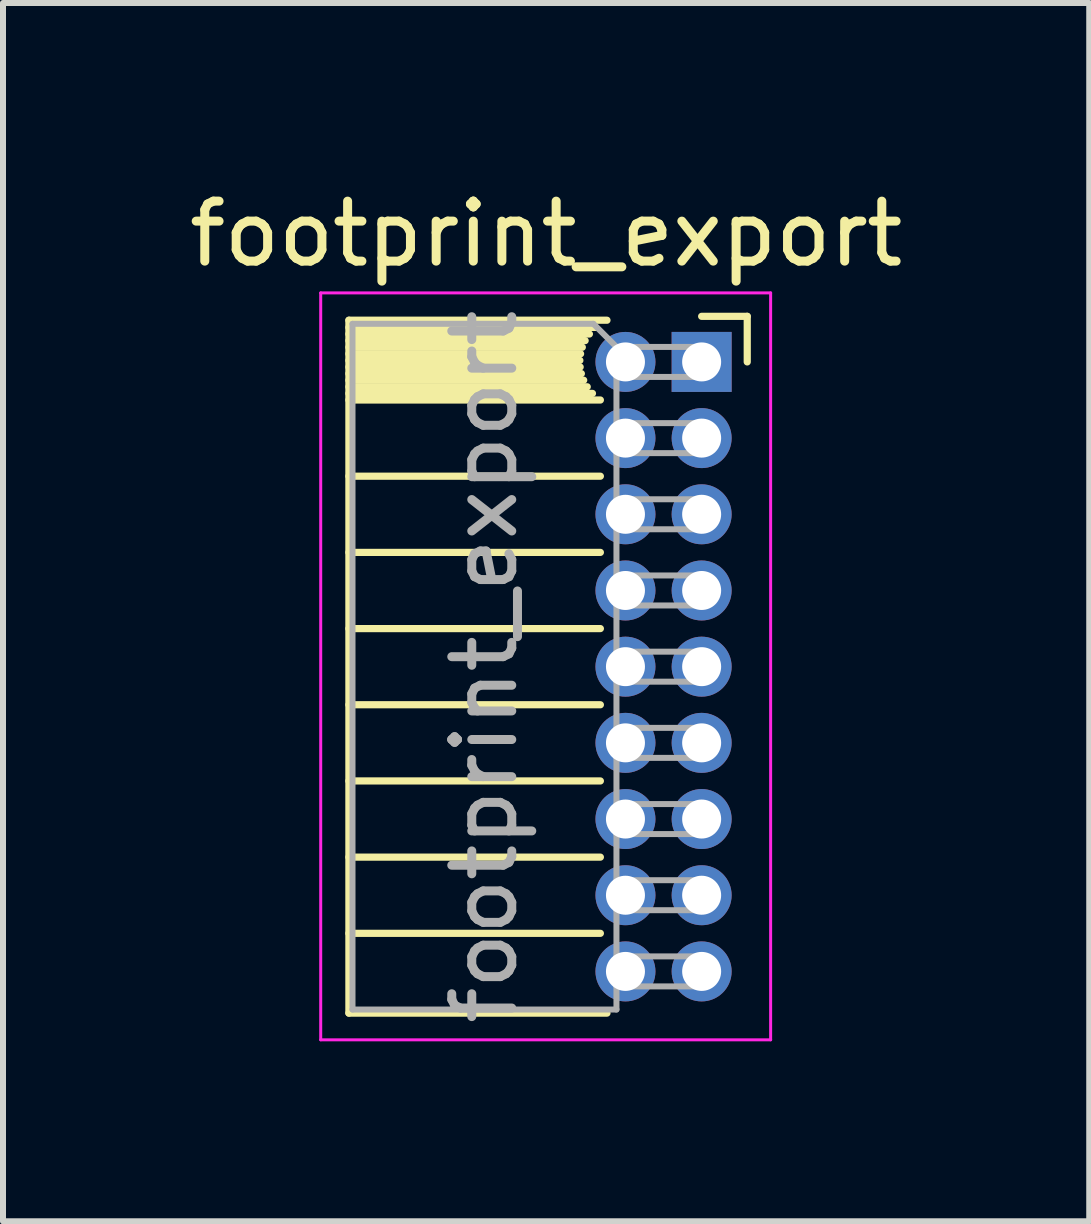
<source format=kicad_pcb>
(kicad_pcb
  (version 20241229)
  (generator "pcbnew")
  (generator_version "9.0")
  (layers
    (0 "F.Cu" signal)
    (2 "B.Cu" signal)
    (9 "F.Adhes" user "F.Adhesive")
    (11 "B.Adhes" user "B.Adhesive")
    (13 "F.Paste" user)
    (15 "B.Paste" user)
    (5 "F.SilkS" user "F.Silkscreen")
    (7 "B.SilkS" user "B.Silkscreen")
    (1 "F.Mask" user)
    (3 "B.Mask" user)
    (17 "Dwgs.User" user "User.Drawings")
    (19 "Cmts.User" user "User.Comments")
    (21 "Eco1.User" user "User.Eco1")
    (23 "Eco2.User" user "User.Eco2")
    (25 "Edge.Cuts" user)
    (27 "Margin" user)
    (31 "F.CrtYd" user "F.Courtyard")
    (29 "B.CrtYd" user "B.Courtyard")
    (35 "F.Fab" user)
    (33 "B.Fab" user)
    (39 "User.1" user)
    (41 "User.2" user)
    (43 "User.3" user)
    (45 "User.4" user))
  (footprint "footprint_export"
    (layer "F.Cu")
    (at 8.646 2.983)
    (property "Reference" "footprint_export" (at -2.592 -2.135 0) (layer "F.SilkS") (effects (font (size 1 1) (thickness 0.15))))
    (attr through_hole)
    (fp_line (start -5.88 -0.695) (end -5.88 10.855) (stroke (width 0.12) (type solid)) (layer "F.SilkS"))
    (fp_line (start -5.88 -0.695) (end -1.578 -0.695) (stroke (width 0.12) (type solid)) (layer "F.SilkS"))
    (fp_line (start -5.88 -0.575) (end -1.767 -0.575) (stroke (width 0.12) (type solid)) (layer "F.SilkS"))
    (fp_line (start -5.88 -0.465) (end -1.871 -0.465) (stroke (width 0.12) (type solid)) (layer "F.SilkS"))
    (fp_line (start -5.88 -0.355) (end -1.942 -0.355) (stroke (width 0.12) (type solid)) (layer "F.SilkS"))
    (fp_line (start -5.88 -0.245) (end -1.989 -0.245) (stroke (width 0.12) (type solid)) (layer "F.SilkS"))
    (fp_line (start -5.88 -0.135) (end -2.018 -0.135) (stroke (width 0.12) (type solid)) (layer "F.SilkS"))
    (fp_line (start -5.88 -0.025) (end -2.03 -0.025) (stroke (width 0.12) (type solid)) (layer "F.SilkS"))
    (fp_line (start -5.88 0.085) (end -2.025 0.085) (stroke (width 0.12) (type solid)) (layer "F.SilkS"))
    (fp_line (start -5.88 0.195) (end -2.005 0.195) (stroke (width 0.12) (type solid)) (layer "F.SilkS"))
    (fp_line (start -5.88 0.305) (end -1.966 0.305) (stroke (width 0.12) (type solid)) (layer "F.SilkS"))
    (fp_line (start -5.88 0.415) (end -1.907 0.415) (stroke (width 0.12) (type solid)) (layer "F.SilkS"))
    (fp_line (start -5.88 0.525) (end -1.82 0.525) (stroke (width 0.12) (type solid)) (layer "F.SilkS"))
    (fp_line (start -5.88 0.635) (end -1.688 0.635) (stroke (width 0.12) (type solid)) (layer "F.SilkS"))
    (fp_line (start -5.88 1.905) (end -1.688 1.905) (stroke (width 0.12) (type solid)) (layer "F.SilkS"))
    (fp_line (start -5.88 3.175) (end -1.688 3.175) (stroke (width 0.12) (type solid)) (layer "F.SilkS"))
    (fp_line (start -5.88 4.445) (end -1.688 4.445) (stroke (width 0.12) (type solid)) (layer "F.SilkS"))
    (fp_line (start -5.88 5.715) (end -1.688 5.715) (stroke (width 0.12) (type solid)) (layer "F.SilkS"))
    (fp_line (start -5.88 6.985) (end -1.688 6.985) (stroke (width 0.12) (type solid)) (layer "F.SilkS"))
    (fp_line (start -5.88 8.255) (end -1.688 8.255) (stroke (width 0.12) (type solid)) (layer "F.SilkS"))
    (fp_line (start -5.88 9.525) (end -1.688 9.525) (stroke (width 0.12) (type solid)) (layer "F.SilkS"))
    (fp_line (start -5.88 10.855) (end -1.578 10.855) (stroke (width 0.12) (type solid)) (layer "F.SilkS"))
    (fp_line (start 0 -0.76) (end 0.76 -0.76) (stroke (width 0.12) (type solid)) (layer "F.SilkS"))
    (fp_line (start 0.76 -0.76) (end 0.76 0) (stroke (width 0.12) (type solid)) (layer "F.SilkS"))
    (fp_line (start -6.35 -1.15) (end -6.35 11.3) (stroke (width 0.05) (type solid)) (layer "F.CrtYd"))
    (fp_line (start -6.35 11.3) (end 1.15 11.3) (stroke (width 0.05) (type solid)) (layer "F.CrtYd"))
    (fp_line (start 1.15 -1.15) (end -6.35 -1.15) (stroke (width 0.05) (type solid)) (layer "F.CrtYd"))
    (fp_line (start 1.15 11.3) (end 1.15 -1.15) (stroke (width 0.05) (type solid)) (layer "F.CrtYd"))
    (fp_line (start -5.82 -0.635) (end -1.805 -0.635) (stroke (width 0.1) (type solid)) (layer "F.Fab"))
    (fp_line (start -5.82 10.795) (end -5.82 -0.635) (stroke (width 0.1) (type solid)) (layer "F.Fab"))
    (fp_line (start -1.805 -0.635) (end -1.42 -0.25) (stroke (width 0.1) (type solid)) (layer "F.Fab"))
    (fp_line (start -1.42 -0.25) (end -1.42 10.795) (stroke (width 0.1) (type solid)) (layer "F.Fab"))
    (fp_line (start -1.42 0.25) (end 0 0.25) (stroke (width 0.1) (type solid)) (layer "F.Fab"))
    (fp_line (start -1.42 1.52) (end 0 1.52) (stroke (width 0.1) (type solid)) (layer "F.Fab"))
    (fp_line (start -1.42 2.79) (end 0 2.79) (stroke (width 0.1) (type solid)) (layer "F.Fab"))
    (fp_line (start -1.42 4.06) (end 0 4.06) (stroke (width 0.1) (type solid)) (layer "F.Fab"))
    (fp_line (start -1.42 5.33) (end 0 5.33) (stroke (width 0.1) (type solid)) (layer "F.Fab"))
    (fp_line (start -1.42 6.6) (end 0 6.6) (stroke (width 0.1) (type solid)) (layer "F.Fab"))
    (fp_line (start -1.42 7.87) (end 0 7.87) (stroke (width 0.1) (type solid)) (layer "F.Fab"))
    (fp_line (start -1.42 9.14) (end 0 9.14) (stroke (width 0.1) (type solid)) (layer "F.Fab"))
    (fp_line (start -1.42 10.41) (end 0 10.41) (stroke (width 0.1) (type solid)) (layer "F.Fab"))
    (fp_line (start -1.42 10.795) (end -5.82 10.795) (stroke (width 0.1) (type solid)) (layer "F.Fab"))
    (fp_line (start 0 -0.25) (end -1.42 -0.25) (stroke (width 0.1) (type solid)) (layer "F.Fab"))
    (fp_line (start 0 0.25) (end 0 -0.25) (stroke (width 0.1) (type solid)) (layer "F.Fab"))
    (fp_line (start 0 1.02) (end -1.42 1.02) (stroke (width 0.1) (type solid)) (layer "F.Fab"))
    (fp_line (start 0 1.52) (end 0 1.02) (stroke (width 0.1) (type solid)) (layer "F.Fab"))
    (fp_line (start 0 2.29) (end -1.42 2.29) (stroke (width 0.1) (type solid)) (layer "F.Fab"))
    (fp_line (start 0 2.79) (end 0 2.29) (stroke (width 0.1) (type solid)) (layer "F.Fab"))
    (fp_line (start 0 3.56) (end -1.42 3.56) (stroke (width 0.1) (type solid)) (layer "F.Fab"))
    (fp_line (start 0 4.06) (end 0 3.56) (stroke (width 0.1) (type solid)) (layer "F.Fab"))
    (fp_line (start 0 4.83) (end -1.42 4.83) (stroke (width 0.1) (type solid)) (layer "F.Fab"))
    (fp_line (start 0 5.33) (end 0 4.83) (stroke (width 0.1) (type solid)) (layer "F.Fab"))
    (fp_line (start 0 6.1) (end -1.42 6.1) (stroke (width 0.1) (type solid)) (layer "F.Fab"))
    (fp_line (start 0 6.6) (end 0 6.1) (stroke (width 0.1) (type solid)) (layer "F.Fab"))
    (fp_line (start 0 7.37) (end -1.42 7.37) (stroke (width 0.1) (type solid)) (layer "F.Fab"))
    (fp_line (start 0 7.87) (end 0 7.37) (stroke (width 0.1) (type solid)) (layer "F.Fab"))
    (fp_line (start 0 8.64) (end -1.42 8.64) (stroke (width 0.1) (type solid)) (layer "F.Fab"))
    (fp_line (start 0 9.14) (end 0 8.64) (stroke (width 0.1) (type solid)) (layer "F.Fab"))
    (fp_line (start 0 9.91) (end -1.42 9.91) (stroke (width 0.1) (type solid)) (layer "F.Fab"))
    (fp_line (start 0 10.41) (end 0 9.91) (stroke (width 0.1) (type solid)) (layer "F.Fab"))
    (fp_text user "${REFERENCE}" (at -3.62 5.08 90) (layer "F.Fab") (effects (font (size 1 1) (thickness 0.15))))
    (pad "1" thru_hole rect (at 0 0) (size 1 1) (drill 0.65) (layers "*.Cu" "*.Mask"))
    (pad "2" thru_hole oval (at -1.27 0) (size 1 1) (drill 0.65) (layers "*.Cu" "*.Mask"))
    (pad "3" thru_hole oval (at 0 1.27) (size 1 1) (drill 0.65) (layers "*.Cu" "*.Mask"))
    (pad "4" thru_hole oval (at -1.27 1.27) (size 1 1) (drill 0.65) (layers "*.Cu" "*.Mask"))
    (pad "5" thru_hole oval (at 0 2.54) (size 1 1) (drill 0.65) (layers "*.Cu" "*.Mask"))
    (pad "6" thru_hole oval (at -1.27 2.54) (size 1 1) (drill 0.65) (layers "*.Cu" "*.Mask"))
    (pad "7" thru_hole oval (at 0 3.81) (size 1 1) (drill 0.65) (layers "*.Cu" "*.Mask"))
    (pad "8" thru_hole oval (at -1.27 3.81) (size 1 1) (drill 0.65) (layers "*.Cu" "*.Mask"))
    (pad "9" thru_hole oval (at 0 5.08) (size 1 1) (drill 0.65) (layers "*.Cu" "*.Mask"))
    (pad "10" thru_hole oval (at -1.27 5.08) (size 1 1) (drill 0.65) (layers "*.Cu" "*.Mask"))
    (pad "11" thru_hole oval (at 0 6.35) (size 1 1) (drill 0.65) (layers "*.Cu" "*.Mask"))
    (pad "12" thru_hole oval (at -1.27 6.35) (size 1 1) (drill 0.65) (layers "*.Cu" "*.Mask"))
    (pad "13" thru_hole oval (at 0 7.62) (size 1 1) (drill 0.65) (layers "*.Cu" "*.Mask"))
    (pad "14" thru_hole oval (at -1.27 7.62) (size 1 1) (drill 0.65) (layers "*.Cu" "*.Mask"))
    (pad "15" thru_hole oval (at 0 8.89) (size 1 1) (drill 0.65) (layers "*.Cu" "*.Mask"))
    (pad "16" thru_hole oval (at -1.27 8.89) (size 1 1) (drill 0.65) (layers "*.Cu" "*.Mask"))
    (pad "17" thru_hole oval (at 0 10.16) (size 1 1) (drill 0.65) (layers "*.Cu" "*.Mask"))
    (pad "18" thru_hole oval (at -1.27 10.16) (size 1 1) (drill 0.65) (layers "*.Cu" "*.Mask")))
  (gr_rect
    (start -3 -3)
    (end 15.107 17.308)
    (stroke (width 0.1) (type default))
    (fill no)
    (layer "Edge.Cuts")))
</source>
